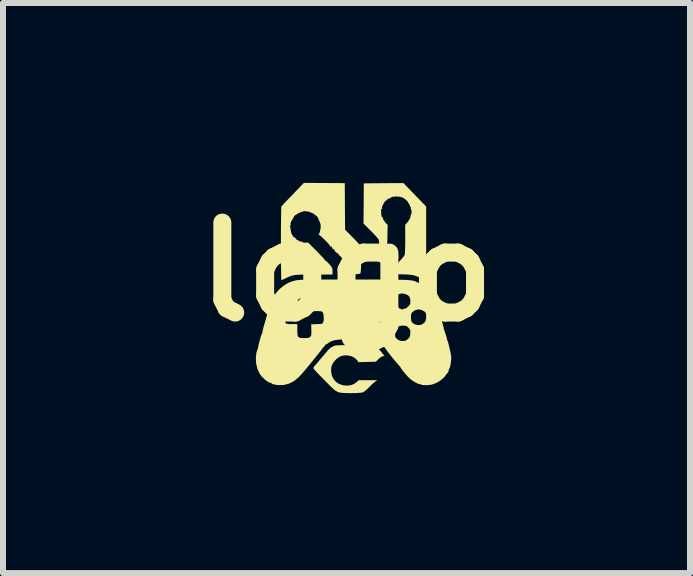
<source format=kicad_pcb>
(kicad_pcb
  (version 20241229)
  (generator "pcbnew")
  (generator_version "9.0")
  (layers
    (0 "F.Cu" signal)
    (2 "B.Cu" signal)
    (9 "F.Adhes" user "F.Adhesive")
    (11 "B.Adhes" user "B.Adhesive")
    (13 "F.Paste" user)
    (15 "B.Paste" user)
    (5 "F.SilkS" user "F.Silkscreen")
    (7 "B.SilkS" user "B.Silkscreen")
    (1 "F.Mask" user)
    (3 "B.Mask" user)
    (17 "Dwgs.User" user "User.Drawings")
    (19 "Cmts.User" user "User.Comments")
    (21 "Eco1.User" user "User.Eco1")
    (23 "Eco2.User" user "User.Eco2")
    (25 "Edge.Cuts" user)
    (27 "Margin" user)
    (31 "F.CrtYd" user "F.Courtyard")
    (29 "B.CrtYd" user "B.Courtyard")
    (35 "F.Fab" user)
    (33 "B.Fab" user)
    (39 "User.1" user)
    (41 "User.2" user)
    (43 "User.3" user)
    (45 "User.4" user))
  (footprint "logo"
    (layer "F.Cu")
    (at 2.729 1.484)
    (property "Reference" "logo" (at 0 0 0) (layer "F.SilkS") (effects (font (size 1.5 1.5) (thickness 0.3))))
    (attr board_only exclude_from_pos_files exclude_from_bom)
    (fp_poly (pts (xy -0.889 -0.611) (xy -0.894 -0.606) (xy -0.899 -0.611) (xy -0.894 -0.615)) (stroke (width 0) (type solid)) (fill yes) (layer "F.SilkS"))
    (fp_poly (pts (xy -0.791 -0.523) (xy -0.796 -0.518) (xy -0.801 -0.523) (xy -0.796 -0.528)) (stroke (width 0) (type solid)) (fill yes) (layer "F.SilkS"))
    (fp_poly (pts (xy 0.47 1.243) (xy 0.505 1.262) (xy 0.536 1.287) (xy 0.569 1.323) (xy 0.579 1.335) (xy 0.632 1.402) (xy 0.604 1.407) (xy 0.581 1.416) (xy 0.553 1.436) (xy 0.532 1.455) (xy 0.489 1.498) (xy 0.344 1.502) (xy 0.2 1.506) (xy 0.177 1.473) (xy 0.139 1.437) (xy 0.09 1.41) (xy 0.033 1.395) (xy -0.026 1.392) (xy -0.083 1.401) (xy -0.113 1.414) (xy -0.17 1.454) (xy -0.218 1.509) (xy -0.237 1.543) (xy -0.25 1.576) (xy -0.256 1.61) (xy -0.257 1.654) (xy -0.246 1.725) (xy -0.219 1.785) (xy -0.177 1.834) (xy -0.123 1.869) (xy -0.057 1.891) (xy 0.009 1.897) (xy 0.07 1.89) (xy 0.122 1.871) (xy 0.168 1.838) (xy 0.203 1.807) (xy 0.358 1.807) (xy 0.513 1.807) (xy 0.484 1.826) (xy 0.464 1.841) (xy 0.436 1.866) (xy 0.403 1.897) (xy 0.382 1.918) (xy 0.349 1.951) (xy 0.316 1.979) (xy 0.29 2) (xy 0.278 2.007) (xy 0.255 2.013) (xy 0.217 2.017) (xy 0.168 2.021) (xy 0.112 2.022) (xy 0.053 2.023) (xy -0.005 2.021) (xy -0.057 2.019) (xy -0.099 2.015) (xy -0.127 2.009) (xy -0.128 2.009) (xy -0.161 1.994) (xy -0.191 1.977) (xy -0.192 1.976) (xy -0.209 1.962) (xy -0.235 1.937) (xy -0.27 1.904) (xy -0.31 1.865) (xy -0.352 1.822) (xy -0.396 1.778) (xy -0.439 1.734) (xy -0.478 1.693) (xy -0.511 1.658) (xy -0.535 1.631) (xy -0.55 1.613) (xy -0.553 1.608) (xy -0.548 1.592) (xy -0.534 1.572) (xy -0.534 1.571) (xy -0.519 1.555) (xy -0.496 1.527) (xy -0.466 1.492) (xy -0.435 1.455) (xy -0.405 1.42) (xy -0.379 1.389) (xy -0.361 1.368) (xy -0.352 1.358) (xy -0.352 1.358) (xy -0.343 1.348) (xy -0.327 1.328) (xy -0.314 1.311) (xy -0.268 1.267) (xy -0.212 1.236) (xy -0.186 1.228) (xy -0.17 1.226) (xy -0.137 1.225) (xy -0.09 1.223) (xy -0.032 1.222) (xy 0.035 1.221) (xy 0.108 1.22) (xy 0.127 1.22) (xy 0.415 1.217)) (stroke (width 0) (type solid)) (fill yes) (layer "F.SilkS"))
    (fp_poly (pts (xy 1.138 -1.286) (xy 1.328 -1.09) (xy 1.328 -0.472) (xy 1.328 -0.364) (xy 1.328 -0.262) (xy 1.327 -0.168) (xy 1.327 -0.083) (xy 1.326 -0.009) (xy 1.325 0.053) (xy 1.324 0.1) (xy 1.323 0.132) (xy 1.321 0.146) (xy 1.321 0.146) (xy 1.309 0.141) (xy 1.289 0.128) (xy 1.287 0.126) (xy 1.266 0.114) (xy 1.232 0.098) (xy 1.192 0.082) (xy 1.175 0.076) (xy 1.142 0.064) (xy 1.114 0.056) (xy 1.086 0.051) (xy 1.055 0.047) (xy 1.014 0.044) (xy 0.962 0.042) (xy 0.921 0.041) (xy 0.752 0.037) (xy 0.752 0.001) (xy 0.754 -0.014) (xy 0.759 -0.029) (xy 0.771 -0.048) (xy 0.79 -0.072) (xy 0.819 -0.105) (xy 0.855 -0.145) (xy 0.892 -0.185) (xy 0.924 -0.222) (xy 0.95 -0.253) (xy 0.966 -0.275) (xy 0.969 -0.281) (xy 0.973 -0.301) (xy 0.975 -0.339) (xy 0.977 -0.395) (xy 0.979 -0.466) (xy 0.979 -0.547) (xy 0.978 -0.786) (xy 1.009 -0.818) (xy 1.025 -0.837) (xy 1.033 -0.848) (xy 1.033 -0.85) (xy 1.034 -0.856) (xy 1.046 -0.87) (xy 1.046 -0.87) (xy 1.059 -0.889) (xy 1.061 -0.904) (xy 1.062 -0.917) (xy 1.066 -0.918) (xy 1.071 -0.926) (xy 1.069 -0.939) (xy 1.067 -0.954) (xy 1.074 -0.953) (xy 1.081 -0.957) (xy 1.084 -0.978) (xy 1.084 -0.996) (xy 1.083 -1.024) (xy 1.079 -1.042) (xy 1.076 -1.045) (xy 1.071 -1.053) (xy 1.072 -1.065) (xy 1.071 -1.081) (xy 1.065 -1.084) (xy 1.058 -1.09) (xy 1.059 -1.093) (xy 1.058 -1.107) (xy 1.051 -1.117) (xy 1.042 -1.131) (xy 1.043 -1.137) (xy 1.041 -1.143) (xy 1.037 -1.143) (xy 1.028 -1.148) (xy 1.028 -1.151) (xy 1.024 -1.166) (xy 1.007 -1.186) (xy 0.983 -1.208) (xy 0.955 -1.228) (xy 0.93 -1.242) (xy 0.912 -1.247) (xy 0.908 -1.245) (xy 0.899 -1.246) (xy 0.899 -1.25) (xy 0.89 -1.255) (xy 0.868 -1.254) (xy 0.841 -1.253) (xy 0.83 -1.261) (xy 0.822 -1.27) (xy 0.821 -1.261) (xy 0.815 -1.253) (xy 0.794 -1.253) (xy 0.791 -1.254) (xy 0.77 -1.255) (xy 0.762 -1.25) (xy 0.756 -1.244) (xy 0.752 -1.246) (xy 0.743 -1.244) (xy 0.742 -1.241) (xy 0.737 -1.234) (xy 0.733 -1.236) (xy 0.724 -1.235) (xy 0.723 -1.231) (xy 0.717 -1.225) (xy 0.713 -1.226) (xy 0.704 -1.225) (xy 0.703 -1.221) (xy 0.698 -1.215) (xy 0.694 -1.216) (xy 0.683 -1.213) (xy 0.674 -1.202) (xy 0.66 -1.186) (xy 0.649 -1.182) (xy 0.639 -1.178) (xy 0.639 -1.173) (xy 0.637 -1.163) (xy 0.629 -1.159) (xy 0.619 -1.149) (xy 0.62 -1.143) (xy 0.619 -1.134) (xy 0.615 -1.133) (xy 0.609 -1.127) (xy 0.611 -1.123) (xy 0.609 -1.114) (xy 0.606 -1.114) (xy 0.599 -1.108) (xy 0.601 -1.104) (xy 0.6 -1.095) (xy 0.596 -1.094) (xy 0.59 -1.086) (xy 0.592 -1.068) (xy 0.595 -1.051) (xy 0.589 -1.049) (xy 0.587 -1.05) (xy 0.58 -1.049) (xy 0.577 -1.035) (xy 0.577 -1.004) (xy 0.577 -1) (xy 0.58 -0.955) (xy 0.584 -0.927) (xy 0.59 -0.915) (xy 0.599 -0.915) (xy 0.605 -0.914) (xy 0.603 -0.905) (xy 0.602 -0.892) (xy 0.607 -0.889) (xy 0.612 -0.883) (xy 0.611 -0.88) (xy 0.613 -0.868) (xy 0.623 -0.861) (xy 0.633 -0.853) (xy 0.631 -0.85) (xy 0.631 -0.844) (xy 0.643 -0.828) (xy 0.654 -0.817) (xy 0.686 -0.783) (xy 0.682 -0.585) (xy 0.681 -0.524) (xy 0.678 -0.469) (xy 0.676 -0.423) (xy 0.673 -0.39) (xy 0.67 -0.372) (xy 0.669 -0.371) (xy 0.658 -0.357) (xy 0.636 -0.335) (xy 0.608 -0.308) (xy 0.603 -0.304) (xy 0.547 -0.251) (xy 0.547 -0.385) (xy 0.547 -0.444) (xy 0.545 -0.487) (xy 0.541 -0.516) (xy 0.536 -0.537) (xy 0.532 -0.546) (xy 0.52 -0.561) (xy 0.497 -0.588) (xy 0.465 -0.622) (xy 0.427 -0.661) (xy 0.4 -0.689) (xy 0.283 -0.806) (xy 0.286 -1.141) (xy 0.286 -1.197) (xy 0.655 -1.197) (xy 0.659 -1.192) (xy 0.664 -1.197) (xy 0.659 -1.202) (xy 0.655 -1.197) (xy 0.286 -1.197) (xy 0.288 -1.476) (xy 0.618 -1.479) (xy 0.949 -1.481)) (stroke (width 0) (type solid)) (fill yes) (layer "F.SilkS"))
    (fp_poly (pts (xy -0.37 -1.482) (xy -0.029 -1.48) (xy -0.029 -1.446) (xy -0.029 -1.428) (xy -0.029 -1.394) (xy -0.028 -1.345) (xy -0.028 -1.283) (xy -0.028 -1.212) (xy -0.027 -1.134) (xy -0.027 -1.058) (xy -0.024 -0.704) (xy 0.099 -0.579) (xy 0.14 -0.537) (xy 0.176 -0.499) (xy 0.205 -0.467) (xy 0.226 -0.444) (xy 0.234 -0.433) (xy 0.237 -0.415) (xy 0.24 -0.382) (xy 0.243 -0.337) (xy 0.244 -0.284) (xy 0.244 -0.226) (xy 0.244 -0.167) (xy 0.243 -0.11) (xy 0.241 -0.059) (xy 0.238 -0.017) (xy 0.235 0.011) (xy 0.231 0.023) (xy 0.222 0.03) (xy 0.204 0.035) (xy 0.174 0.038) (xy 0.129 0.04) (xy 0.103 0.04) (xy -0.015 0.043) (xy -0.014 -0.062) (xy -0.014 -0.104) (xy -0.016 -0.138) (xy -0.018 -0.16) (xy -0.021 -0.166) (xy -0.029 -0.174) (xy -0.029 -0.179) (xy -0.036 -0.192) (xy -0.055 -0.213) (xy -0.081 -0.238) (xy -0.088 -0.244) (xy -0.114 -0.269) (xy -0.133 -0.29) (xy -0.14 -0.304) (xy -0.14 -0.306) (xy -0.14 -0.311) (xy -0.144 -0.31) (xy -0.155 -0.312) (xy -0.172 -0.324) (xy -0.188 -0.34) (xy -0.199 -0.355) (xy -0.2 -0.363) (xy -0.203 -0.372) (xy -0.212 -0.382) (xy -0.224 -0.391) (xy -0.222 -0.386) (xy -0.215 -0.376) (xy -0.206 -0.363) (xy -0.208 -0.363) (xy -0.222 -0.375) (xy -0.236 -0.39) (xy -0.239 -0.401) (xy -0.242 -0.412) (xy -0.251 -0.421) (xy -0.262 -0.43) (xy -0.261 -0.425) (xy -0.259 -0.42) (xy -0.254 -0.411) (xy -0.262 -0.415) (xy -0.267 -0.419) (xy -0.278 -0.433) (xy -0.278 -0.441) (xy -0.278 -0.448) (xy -0.28 -0.447) (xy -0.29 -0.452) (xy -0.291 -0.454) (xy -0.299 -0.466) (xy -0.317 -0.487) (xy -0.343 -0.514) (xy -0.372 -0.543) (xy -0.402 -0.571) (xy -0.429 -0.596) (xy -0.449 -0.613) (xy -0.46 -0.619) (xy -0.461 -0.619) (xy -0.468 -0.622) (xy -0.469 -0.625) (xy -0.461 -0.635) (xy -0.458 -0.635) (xy -0.452 -0.642) (xy -0.453 -0.65) (xy -0.454 -0.66) (xy -0.448 -0.658) (xy -0.44 -0.659) (xy -0.442 -0.673) (xy -0.443 -0.691) (xy -0.44 -0.698) (xy -0.435 -0.71) (xy -0.432 -0.733) (xy -0.431 -0.761) (xy -0.433 -0.788) (xy -0.436 -0.806) (xy -0.439 -0.811) (xy -0.445 -0.818) (xy -0.443 -0.826) (xy -0.444 -0.838) (xy -0.45 -0.84) (xy -0.457 -0.844) (xy -0.456 -0.847) (xy -0.457 -0.858) (xy -0.466 -0.873) (xy -0.475 -0.885) (xy -0.47 -0.884) (xy -0.47 -0.884) (xy -0.467 -0.886) (xy -0.474 -0.9) (xy -0.483 -0.912) (xy -0.5 -0.932) (xy -0.512 -0.943) (xy -0.515 -0.944) (xy -0.524 -0.947) (xy -0.54 -0.961) (xy -0.543 -0.964) (xy -0.561 -0.978) (xy -0.575 -0.982) (xy -0.576 -0.982) (xy -0.585 -0.983) (xy -0.586 -0.987) (xy -0.593 -0.994) (xy -0.601 -0.993) (xy -0.613 -0.992) (xy -0.615 -0.996) (xy -0.624 -1.004) (xy -0.633 -1.006) (xy -0.653 -1.007) (xy -0.682 -1.011) (xy -0.686 -1.012) (xy -0.713 -1.014) (xy -0.723 -1.008) (xy -0.723 -1.007) (xy -0.73 -1) (xy -0.742 -1.001) (xy -0.758 -1.002) (xy -0.762 -0.997) (xy -0.768 -0.99) (xy -0.772 -0.992) (xy -0.781 -0.99) (xy -0.782 -0.987) (xy -0.787 -0.98) (xy -0.791 -0.982) (xy -0.8 -0.981) (xy -0.801 -0.977) (xy -0.807 -0.971) (xy -0.811 -0.972) (xy -0.822 -0.97) (xy -0.827 -0.963) (xy -0.835 -0.952) (xy -0.84 -0.952) (xy -0.851 -0.949) (xy -0.866 -0.936) (xy -0.88 -0.917) (xy -0.886 -0.901) (xy -0.895 -0.881) (xy -0.903 -0.874) (xy -0.913 -0.862) (xy -0.912 -0.856) (xy -0.913 -0.851) (xy -0.918 -0.85) (xy -0.926 -0.843) (xy -0.925 -0.835) (xy -0.925 -0.823) (xy -0.929 -0.821) (xy -0.935 -0.812) (xy -0.933 -0.789) (xy -0.933 -0.789) (xy -0.93 -0.769) (xy -0.933 -0.766) (xy -0.938 -0.772) (xy -0.945 -0.779) (xy -0.945 -0.77) (xy -0.942 -0.762) (xy -0.936 -0.733) (xy -0.933 -0.708) (xy -0.93 -0.688) (xy -0.928 -0.679) (xy -0.928 -0.679) (xy -0.926 -0.671) (xy -0.924 -0.658) (xy -0.918 -0.638) (xy -0.905 -0.614) (xy -0.89 -0.591) (xy -0.876 -0.576) (xy -0.868 -0.573) (xy -0.858 -0.569) (xy -0.845 -0.553) (xy -0.844 -0.552) (xy -0.831 -0.536) (xy -0.821 -0.532) (xy -0.821 -0.532) (xy -0.811 -0.529) (xy -0.807 -0.522) (xy -0.795 -0.511) (xy -0.786 -0.512) (xy -0.774 -0.511) (xy -0.772 -0.507) (xy -0.764 -0.501) (xy -0.751 -0.504) (xy -0.736 -0.506) (xy -0.737 -0.499) (xy -0.734 -0.492) (xy -0.712 -0.489) (xy -0.691 -0.488) (xy -0.639 -0.488) (xy -0.5 -0.348) (xy -0.458 -0.305) (xy -0.421 -0.266) (xy -0.391 -0.234) (xy -0.371 -0.21) (xy -0.362 -0.197) (xy -0.361 -0.196) (xy -0.357 -0.188) (xy -0.354 -0.189) (xy -0.344 -0.185) (xy -0.325 -0.168) (xy -0.301 -0.143) (xy -0.29 -0.132) (xy -0.263 -0.101) (xy -0.247 -0.079) (xy -0.238 -0.06) (xy -0.235 -0.039) (xy -0.234 -0.013) (xy -0.234 0.044) (xy -0.54 0.044) (xy -0.633 0.044) (xy -0.709 0.045) (xy -0.77 0.046) (xy -0.821 0.049) (xy -0.862 0.053) (xy -0.897 0.06) (xy -0.928 0.068) (xy -0.958 0.08) (xy -0.99 0.094) (xy -1.019 0.108) (xy -1.05 0.123) (xy -1.074 0.133) (xy -1.085 0.137) (xy -1.087 0.127) (xy -1.089 0.1) (xy -1.09 0.055) (xy -1.091 -0.005) (xy -1.092 -0.079) (xy -1.093 -0.166) (xy -1.094 -0.264) (xy -1.094 -0.372) (xy -1.094 -0.471) (xy -1.094 -0.579) (xy -1.094 -0.68) (xy -1.093 -0.775) (xy -1.092 -0.86) (xy -1.092 -0.884) (xy -0.909 -0.884) (xy -0.904 -0.879) (xy -0.899 -0.884) (xy -0.904 -0.889) (xy -0.909 -0.884) (xy -1.092 -0.884) (xy -1.091 -0.934) (xy -1.09 -0.996) (xy -1.089 -1.044) (xy -1.088 -1.076) (xy -1.087 -1.09) (xy -1.087 -1.091) (xy -1.078 -1.1) (xy -1.058 -1.122) (xy -1.028 -1.154) (xy -0.99 -1.194) (xy -0.945 -1.241) (xy -0.897 -1.291) (xy -0.895 -1.293) (xy -0.711 -1.484)) (stroke (width 0) (type solid)) (fill yes) (layer "F.SilkS"))
    (fp_poly (pts (xy 0.115 0.128) (xy 0.275 0.128) (xy 0.417 0.128) (xy 0.542 0.128) (xy 0.651 0.129) (xy 0.745 0.129) (xy 0.826 0.13) (xy 0.894 0.132) (xy 0.951 0.133) (xy 0.999 0.135) (xy 1.038 0.138) (xy 1.069 0.14) (xy 1.095 0.144) (xy 1.115 0.148) (xy 1.132 0.153) (xy 1.146 0.158) (xy 1.158 0.164) (xy 1.166 0.168) (xy 1.187 0.178) (xy 1.2 0.182) (xy 1.219 0.19) (xy 1.248 0.207) (xy 1.283 0.231) (xy 1.319 0.258) (xy 1.352 0.284) (xy 1.374 0.305) (xy 1.427 0.371) (xy 1.474 0.45) (xy 1.51 0.539) (xy 1.529 0.606) (xy 1.533 0.619) (xy 1.541 0.649) (xy 1.553 0.69) (xy 1.567 0.74) (xy 1.582 0.79) (xy 1.597 0.845) (xy 1.61 0.893) (xy 1.62 0.932) (xy 1.625 0.958) (xy 1.626 0.969) (xy 1.628 0.976) (xy 1.632 0.977) (xy 1.639 0.984) (xy 1.638 0.991) (xy 1.637 1.007) (xy 1.641 1.011) (xy 1.647 1.022) (xy 1.655 1.046) (xy 1.664 1.075) (xy 1.671 1.104) (xy 1.675 1.126) (xy 1.675 1.128) (xy 1.68 1.142) (xy 1.681 1.143) (xy 1.687 1.155) (xy 1.695 1.182) (xy 1.705 1.22) (xy 1.716 1.264) (xy 1.726 1.31) (xy 1.736 1.354) (xy 1.742 1.391) (xy 1.746 1.416) (xy 1.746 1.449) (xy 1.743 1.488) (xy 1.737 1.529) (xy 1.73 1.568) (xy 1.721 1.599) (xy 1.713 1.617) (xy 1.71 1.62) (xy 1.704 1.629) (xy 1.705 1.632) (xy 1.705 1.646) (xy 1.696 1.667) (xy 1.684 1.688) (xy 1.673 1.699) (xy 1.67 1.7) (xy 1.663 1.707) (xy 1.663 1.709) (xy 1.658 1.72) (xy 1.642 1.741) (xy 1.619 1.766) (xy 1.617 1.768) (xy 1.565 1.812) (xy 1.503 1.849) (xy 1.439 1.875) (xy 1.399 1.884) (xy 1.359 1.888) (xy 1.316 1.889) (xy 1.277 1.887) (xy 1.248 1.882) (xy 1.236 1.876) (xy 1.223 1.87) (xy 1.219 1.872) (xy 1.207 1.871) (xy 1.183 1.861) (xy 1.153 1.846) (xy 1.119 1.826) (xy 1.086 1.804) (xy 1.066 1.789) (xy 1.042 1.767) (xy 1.014 1.738) (xy 0.984 1.704) (xy 0.955 1.669) (xy 0.929 1.636) (xy 0.908 1.607) (xy 0.897 1.588) (xy 0.895 1.581) (xy 0.894 1.575) (xy 0.892 1.575) (xy 0.883 1.569) (xy 0.864 1.549) (xy 0.838 1.519) (xy 0.805 1.48) (xy 0.768 1.435) (xy 0.764 1.429) (xy 0.727 1.383) (xy 0.696 1.343) (xy 0.672 1.311) (xy 0.656 1.289) (xy 0.65 1.28) (xy 0.65 1.28) (xy 0.649 1.275) (xy 0.635 1.261) (xy 0.613 1.242) (xy 0.585 1.22) (xy 0.556 1.199) (xy 0.528 1.18) (xy 0.507 1.167) (xy 0.506 1.167) (xy 0.475 1.152) (xy 0.444 1.141) (xy 0.41 1.133) (xy 0.37 1.128) (xy 0.319 1.125) (xy 0.255 1.124) (xy 0.191 1.124) (xy 0.088 1.124) (xy 0.003 1.125) (xy -0.067 1.127) (xy -0.124 1.13) (xy -0.17 1.135) (xy -0.207 1.142) (xy -0.238 1.151) (xy -0.264 1.162) (xy -0.288 1.176) (xy -0.312 1.193) (xy -0.315 1.195) (xy -0.337 1.209) (xy -0.353 1.215) (xy -0.357 1.214) (xy -0.36 1.213) (xy -0.358 1.218) (xy -0.36 1.231) (xy -0.375 1.248) (xy -0.376 1.249) (xy -0.393 1.264) (xy -0.401 1.274) (xy -0.401 1.274) (xy -0.406 1.284) (xy -0.422 1.306) (xy -0.444 1.334) (xy -0.454 1.346) (xy -0.482 1.381) (xy -0.518 1.425) (xy -0.556 1.472) (xy -0.586 1.509) (xy -0.638 1.573) (xy -0.68 1.623) (xy -0.713 1.663) (xy -0.741 1.695) (xy -0.765 1.722) (xy -0.788 1.746) (xy -0.809 1.766) (xy -0.882 1.825) (xy -0.961 1.864) (xy -1.046 1.886) (xy -1.138 1.888) (xy -1.143 1.888) (xy -1.18 1.883) (xy -1.213 1.876) (xy -1.239 1.867) (xy -1.253 1.858) (xy -1.254 1.853) (xy -1.254 1.848) (xy -1.258 1.85) (xy -1.276 1.85) (xy -1.303 1.838) (xy -1.335 1.817) (xy -1.37 1.788) (xy -1.404 1.755) (xy -1.433 1.721) (xy -1.45 1.695) (xy -1.486 1.617) (xy -1.507 1.53) (xy -1.512 1.442) (xy -1.512 1.431) (xy -1.508 1.392) (xy -1.504 1.359) (xy -1.5 1.34) (xy -1.499 1.337) (xy -1.493 1.316) (xy -1.493 1.306) (xy -1.492 1.293) (xy -1.484 1.295) (xy -1.477 1.297) (xy -1.479 1.291) (xy -1.479 1.278) (xy -1.474 1.251) (xy -1.466 1.214) (xy -1.455 1.171) (xy -1.443 1.126) (xy -1.431 1.084) (xy -1.419 1.05) (xy -1.41 1.026) (xy -1.405 1.018) (xy -1.401 1.008) (xy -1.402 1.006) (xy -1.401 0.994) (xy -1.396 0.968) (xy -1.387 0.931) (xy -1.377 0.897) (xy -1.373 0.884) (xy -0.967 0.884) (xy -0.962 0.889) (xy -0.957 0.884) (xy -0.962 0.879) (xy -0.967 0.884) (xy -1.373 0.884) (xy -1.363 0.849) (xy -1.346 0.789) (xy -1.339 0.765) (xy -1.026 0.765) (xy -1.025 0.803) (xy -1.021 0.835) (xy -1.015 0.855) (xy -1.013 0.858) (xy -0.997 0.864) (xy -0.967 0.868) (xy -0.928 0.87) (xy -0.91 0.87) (xy -0.821 0.871) (xy -0.821 0.972) (xy -0.82 1.025) (xy -0.815 1.062) (xy -0.804 1.085) (xy -0.784 1.097) (xy -0.752 1.103) (xy -0.705 1.104) (xy -0.701 1.104) (xy -0.66 1.103) (xy -0.634 1.1) (xy -0.617 1.093) (xy -0.605 1.084) (xy -0.596 1.072) (xy -0.59 1.058) (xy -0.587 1.035) (xy -0.587 1.021) (xy 0.809 1.021) (xy 0.809 1.059) (xy 0.813 1.084) (xy 0.824 1.102) (xy 0.843 1.12) (xy 0.85 1.126) (xy 0.878 1.143) (xy 0.908 1.151) (xy 0.936 1.152) (xy 0.969 1.151) (xy 0.993 1.143) (xy 1.016 1.126) (xy 1.023 1.12) (xy 1.043 1.099) (xy 1.055 1.079) (xy 1.061 1.053) (xy 1.063 1.028) (xy 1.064 0.994) (xy 1.062 0.972) (xy 1.052 0.954) (xy 1.034 0.934) (xy 1.014 0.913) (xy 0.995 0.902) (xy 0.971 0.898) (xy 0.943 0.896) (xy 0.889 0.9) (xy 0.85 0.918) (xy 0.824 0.949) (xy 0.811 0.994) (xy 0.809 1.021) (xy -0.587 1.021) (xy -0.586 1.001) (xy -0.587 0.969) (xy -0.589 0.874) (xy -0.541 0.873) (xy -0.501 0.871) (xy -0.459 0.87) (xy -0.449 0.87) (xy -0.418 0.867) (xy -0.399 0.857) (xy -0.393 0.849) (xy -0.384 0.824) (xy -0.38 0.787) (xy -0.38 0.774) (xy 0.53 0.774) (xy 0.543 0.817) (xy 0.571 0.857) (xy 0.594 0.877) (xy 0.616 0.886) (xy 0.646 0.889) (xy 0.654 0.889) (xy 0.69 0.886) (xy 0.722 0.878) (xy 0.733 0.874) (xy 0.759 0.852) (xy 0.782 0.817) (xy 0.786 0.81) (xy 0.797 0.785) (xy 0.801 0.77) (xy 0.799 0.768) (xy 0.792 0.766) (xy 0.793 0.753) (xy 1.075 0.753) (xy 1.076 0.789) (xy 1.081 0.818) (xy 1.085 0.832) (xy 1.111 0.86) (xy 1.148 0.879) (xy 1.192 0.888) (xy 1.235 0.884) (xy 1.26 0.875) (xy 1.296 0.85) (xy 1.318 0.818) (xy 1.327 0.776) (xy 1.328 0.743) (xy 1.326 0.708) (xy 1.321 0.686) (xy 1.312 0.672) (xy 1.296 0.659) (xy 1.292 0.656) (xy 1.242 0.632) (xy 1.192 0.626) (xy 1.144 0.639) (xy 1.106 0.665) (xy 1.088 0.684) (xy 1.079 0.701) (xy 1.075 0.726) (xy 1.075 0.753) (xy 0.793 0.753) (xy 0.793 0.75) (xy 0.791 0.713) (xy 0.773 0.679) (xy 0.742 0.651) (xy 0.703 0.632) (xy 0.66 0.625) (xy 0.612 0.634) (xy 0.574 0.656) (xy 0.547 0.689) (xy 0.531 0.73) (xy 0.53 0.774) (xy -0.38 0.774) (xy -0.381 0.746) (xy -0.385 0.708) (xy -0.394 0.68) (xy -0.395 0.678) (xy -0.404 0.667) (xy -0.415 0.66) (xy -0.433 0.656) (xy -0.463 0.655) (xy -0.499 0.655) (xy -0.587 0.655) (xy -0.584 0.563) (xy -0.584 0.524) (xy -0.585 0.494) (xy -0.586 0.486) (xy 0.811 0.486) (xy 0.812 0.521) (xy 0.816 0.544) (xy 0.826 0.562) (xy 0.844 0.582) (xy 0.844 0.582) (xy 0.868 0.602) (xy 0.89 0.614) (xy 0.898 0.615) (xy 0.914 0.619) (xy 0.918 0.625) (xy 0.926 0.635) (xy 0.929 0.635) (xy 0.935 0.629) (xy 0.933 0.626) (xy 0.936 0.619) (xy 0.946 0.618) (xy 0.981 0.612) (xy 1.017 0.59) (xy 1.048 0.556) (xy 1.063 0.533) (xy 1.066 0.52) (xy 1.064 0.518) (xy 1.057 0.514) (xy 1.062 0.507) (xy 1.067 0.49) (xy 1.064 0.462) (xy 1.054 0.428) (xy 1.051 0.42) (xy 1.031 0.395) (xy 0.998 0.376) (xy 0.957 0.364) (xy 0.93 0.361) (xy 0.896 0.364) (xy 0.871 0.373) (xy 0.845 0.392) (xy 0.845 0.392) (xy 0.827 0.41) (xy 0.816 0.426) (xy 0.812 0.447) (xy 0.811 0.479) (xy 0.811 0.486) (xy -0.586 0.486) (xy -0.587 0.477) (xy -0.589 0.475) (xy -0.596 0.473) (xy -0.596 0.471) (xy -0.603 0.459) (xy -0.626 0.451) (xy -0.665 0.446) (xy -0.703 0.443) (xy -0.752 0.442) (xy -0.784 0.447) (xy -0.805 0.459) (xy -0.816 0.483) (xy -0.82 0.521) (xy -0.821 0.562) (xy -0.821 0.655) (xy -0.913 0.655) (xy -0.957 0.655) (xy -0.985 0.657) (xy -1.002 0.661) (xy -1.012 0.668) (xy -1.016 0.673) (xy -1.022 0.695) (xy -1.025 0.727) (xy -1.026 0.765) (xy -1.339 0.765) (xy -1.327 0.724) (xy -1.31 0.662) (xy -1.308 0.655) (xy -1.276 0.553) (xy -1.243 0.468) (xy -1.206 0.397) (xy -1.164 0.337) (xy -1.115 0.285) (xy -1.07 0.248) (xy -1.017 0.21) (xy -0.97 0.183) (xy -0.921 0.163) (xy -0.863 0.146) (xy -0.85 0.143) (xy -0.836 0.14) (xy -0.82 0.138) (xy -0.801 0.136) (xy -0.777 0.134) (xy -0.747 0.132) (xy -0.71 0.131) (xy -0.665 0.13) (xy -0.61 0.129) (xy -0.544 0.129) (xy -0.466 0.128) (xy -0.375 0.128) (xy -0.269 0.128) (xy -0.146 0.128) (xy -0.007 0.128)) (stroke (width 0) (type solid)) (fill yes) (layer "F.SilkS")))
  (gr_rect
    (start -3 -3)
    (end 8.457 6.507)
    (stroke (width 0.1) (type default))
    (fill no)
    (layer "Edge.Cuts")))
</source>
